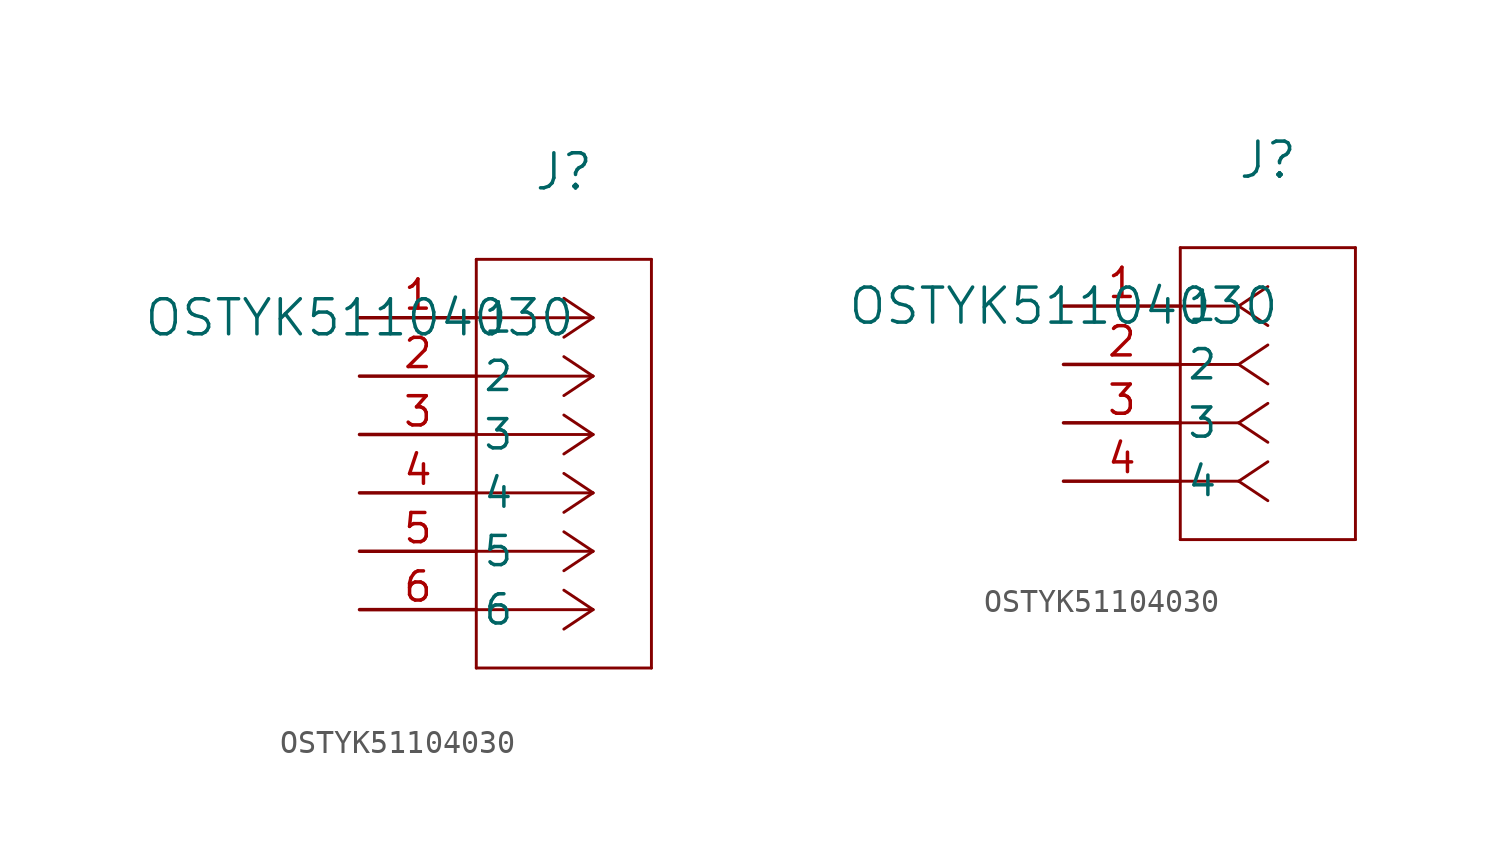
<source format=kicad_sym>
(kicad_symbol_lib
  (version 20211014)
  (generator kicad_symbol_editor)
  (symbol "OSTYK51104030"
    (pin_names
      (offset 0.254))
    (property "Reference" "J"
      (at 8.89 6.35 0)
      (effects (font (size 1.524 1.524))))
    (property "Value" "OSTYK51104030"
      (at 0 0 0)
      (effects (font (size 1.524 1.524))))
    (property "ki_locked" ""
      (at 0 0 0)
      (effects (font (size 1.27 1.27))))
    (symbol "OSTYK51104030_1_1"
      (polyline (pts (xy 5.08 -15.24) (xy 12.7 -15.24)) (stroke (width 0.127) (type default) (color 0 0 0 0)) (fill (type none)))
      (polyline (pts (xy 5.08 2.54) (xy 5.08 -15.24)) (stroke (width 0.127) (type default) (color 0 0 0 0)) (fill (type none)))
      (polyline (pts (xy 10.16 -12.7) (xy 5.08 -12.7)) (stroke (width 0.127) (type default) (color 0 0 0 0)) (fill (type none)))
      (polyline (pts (xy 10.16 -12.7) (xy 8.89 -13.547)) (stroke (width 0.127) (type default) (color 0 0 0 0)) (fill (type none)))
      (polyline (pts (xy 10.16 -12.7) (xy 8.89 -11.853)) (stroke (width 0.127) (type default) (color 0 0 0 0)) (fill (type none)))
      (polyline (pts (xy 10.16 -10.16) (xy 5.08 -10.16)) (stroke (width 0.127) (type default) (color 0 0 0 0)) (fill (type none)))
      (polyline (pts (xy 10.16 -10.16) (xy 8.89 -11.007)) (stroke (width 0.127) (type default) (color 0 0 0 0)) (fill (type none)))
      (polyline (pts (xy 10.16 -10.16) (xy 8.89 -9.313)) (stroke (width 0.127) (type default) (color 0 0 0 0)) (fill (type none)))
      (polyline (pts (xy 10.16 -7.62) (xy 5.08 -7.62)) (stroke (width 0.127) (type default) (color 0 0 0 0)) (fill (type none)))
      (polyline (pts (xy 10.16 -7.62) (xy 8.89 -8.467)) (stroke (width 0.127) (type default) (color 0 0 0 0)) (fill (type none)))
      (polyline (pts (xy 10.16 -7.62) (xy 8.89 -6.773)) (stroke (width 0.127) (type default) (color 0 0 0 0)) (fill (type none)))
      (polyline (pts (xy 10.16 -5.08) (xy 5.08 -5.08)) (stroke (width 0.127) (type default) (color 0 0 0 0)) (fill (type none)))
      (polyline (pts (xy 10.16 -5.08) (xy 8.89 -5.927)) (stroke (width 0.127) (type default) (color 0 0 0 0)) (fill (type none)))
      (polyline (pts (xy 10.16 -5.08) (xy 8.89 -4.233)) (stroke (width 0.127) (type default) (color 0 0 0 0)) (fill (type none)))
      (polyline (pts (xy 10.16 -2.54) (xy 5.08 -2.54)) (stroke (width 0.127) (type default) (color 0 0 0 0)) (fill (type none)))
      (polyline (pts (xy 10.16 -2.54) (xy 8.89 -3.387)) (stroke (width 0.127) (type default) (color 0 0 0 0)) (fill (type none)))
      (polyline (pts (xy 10.16 -2.54) (xy 8.89 -1.693)) (stroke (width 0.127) (type default) (color 0 0 0 0)) (fill (type none)))
      (polyline (pts (xy 10.16 0) (xy 5.08 0)) (stroke (width 0.127) (type default) (color 0 0 0 0)) (fill (type none)))
      (polyline (pts (xy 10.16 0) (xy 8.89 -0.847)) (stroke (width 0.127) (type default) (color 0 0 0 0)) (fill (type none)))
      (polyline (pts (xy 10.16 0) (xy 8.89 0.847)) (stroke (width 0.127) (type default) (color 0 0 0 0)) (fill (type none)))
      (polyline (pts (xy 12.7 -15.24) (xy 12.7 2.54)) (stroke (width 0.127) (type default) (color 0 0 0 0)) (fill (type none)))
      (polyline (pts (xy 12.7 2.54) (xy 5.08 2.54)) (stroke (width 0.127) (type default) (color 0 0 0 0)) (fill (type none)))
      (pin unspecified line (at 0 0 0) (length 5.08) (name "1" (effects (font (size 1.27 1.27)))) (number "1" (effects (font (size 1.27 1.27)))))
      (pin unspecified line (at 0 -2.54 0) (length 5.08) (name "2" (effects (font (size 1.27 1.27)))) (number "2" (effects (font (size 1.27 1.27)))))
      (pin unspecified line (at 0 -5.08 0) (length 5.08) (name "3" (effects (font (size 1.27 1.27)))) (number "3" (effects (font (size 1.27 1.27)))))
      (pin unspecified line (at 0 -7.62 0) (length 5.08) (name "4" (effects (font (size 1.27 1.27)))) (number "4" (effects (font (size 1.27 1.27)))))
      (pin unspecified line (at 0 -10.16 0) (length 5.08) (name "5" (effects (font (size 1.27 1.27)))) (number "5" (effects (font (size 1.27 1.27)))))
      (pin unspecified line (at 0 -12.7 0) (length 5.08) (name "6" (effects (font (size 1.27 1.27)))) (number "6" (effects (font (size 1.27 1.27))))))
    (symbol "OSTYK51104030_1_2"
      (polyline (pts (xy 5.08 -10.16) (xy 12.7 -10.16)) (stroke (width 0.127) (type default) (color 0 0 0 0)) (fill (type none)))
      (polyline (pts (xy 5.08 2.54) (xy 5.08 -10.16)) (stroke (width 0.127) (type default) (color 0 0 0 0)) (fill (type none)))
      (polyline (pts (xy 7.62 -7.62) (xy 5.08 -7.62)) (stroke (width 0.127) (type default) (color 0 0 0 0)) (fill (type none)))
      (polyline (pts (xy 7.62 -7.62) (xy 8.89 -8.467)) (stroke (width 0.127) (type default) (color 0 0 0 0)) (fill (type none)))
      (polyline (pts (xy 7.62 -7.62) (xy 8.89 -6.773)) (stroke (width 0.127) (type default) (color 0 0 0 0)) (fill (type none)))
      (polyline (pts (xy 7.62 -5.08) (xy 5.08 -5.08)) (stroke (width 0.127) (type default) (color 0 0 0 0)) (fill (type none)))
      (polyline (pts (xy 7.62 -5.08) (xy 8.89 -5.927)) (stroke (width 0.127) (type default) (color 0 0 0 0)) (fill (type none)))
      (polyline (pts (xy 7.62 -5.08) (xy 8.89 -4.233)) (stroke (width 0.127) (type default) (color 0 0 0 0)) (fill (type none)))
      (polyline (pts (xy 7.62 -2.54) (xy 5.08 -2.54)) (stroke (width 0.127) (type default) (color 0 0 0 0)) (fill (type none)))
      (polyline (pts (xy 7.62 -2.54) (xy 8.89 -3.387)) (stroke (width 0.127) (type default) (color 0 0 0 0)) (fill (type none)))
      (polyline (pts (xy 7.62 -2.54) (xy 8.89 -1.693)) (stroke (width 0.127) (type default) (color 0 0 0 0)) (fill (type none)))
      (polyline (pts (xy 7.62 0) (xy 5.08 0)) (stroke (width 0.127) (type default) (color 0 0 0 0)) (fill (type none)))
      (polyline (pts (xy 7.62 0) (xy 8.89 -0.847)) (stroke (width 0.127) (type default) (color 0 0 0 0)) (fill (type none)))
      (polyline (pts (xy 7.62 0) (xy 8.89 0.847)) (stroke (width 0.127) (type default) (color 0 0 0 0)) (fill (type none)))
      (polyline (pts (xy 12.7 -10.16) (xy 12.7 2.54)) (stroke (width 0.127) (type default) (color 0 0 0 0)) (fill (type none)))
      (polyline (pts (xy 12.7 2.54) (xy 5.08 2.54)) (stroke (width 0.127) (type default) (color 0 0 0 0)) (fill (type none)))
      (pin unspecified line (at 0 0 0) (length 5.08) (name "1" (effects (font (size 1.27 1.27)))) (number "1" (effects (font (size 1.27 1.27)))))
      (pin unspecified line (at 0 -2.54 0) (length 5.08) (name "2" (effects (font (size 1.27 1.27)))) (number "2" (effects (font (size 1.27 1.27)))))
      (pin unspecified line (at 0 -5.08 0) (length 5.08) (name "3" (effects (font (size 1.27 1.27)))) (number "3" (effects (font (size 1.27 1.27)))))
      (pin unspecified line (at 0 -7.62 0) (length 5.08) (name "4" (effects (font (size 1.27 1.27)))) (number "4" (effects (font (size 1.27 1.27))))))))
</source>
